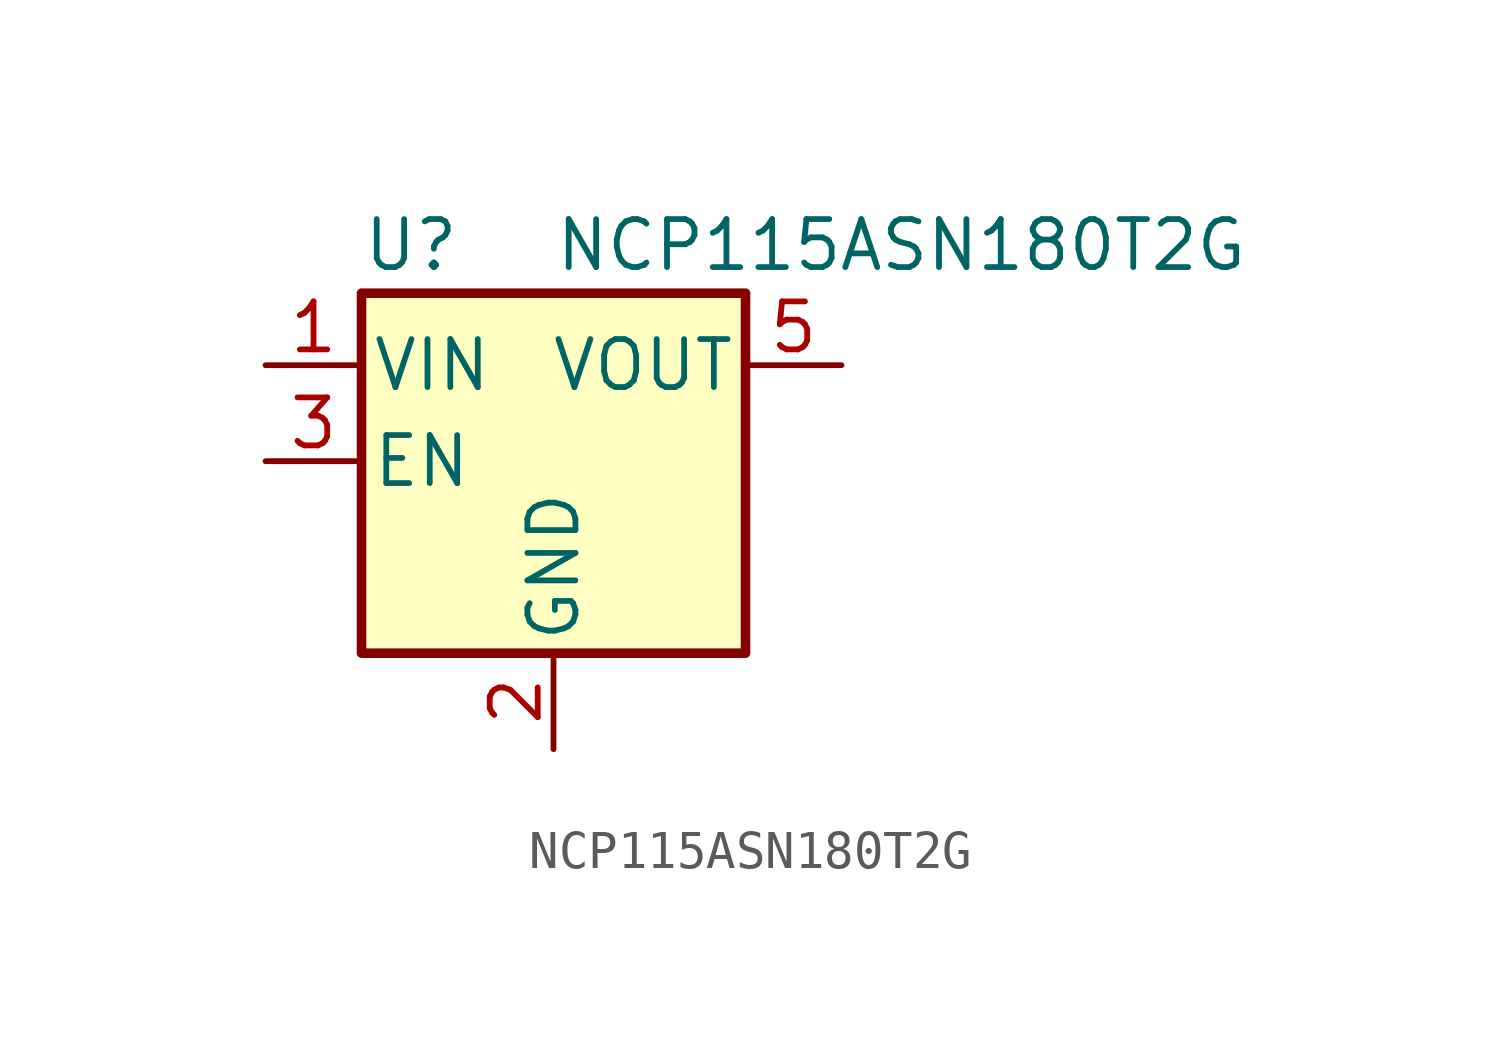
<source format=kicad_sym>
(kicad_symbol_lib
  (version 20211014)
  (generator kicad_symbol_editor)
  (symbol "NCP115ASN180T2G"
    (pin_names
      (offset 0.254))
    (property "Reference" "U"
      (at -5.08 5.715 0)
      (effects (font (size 1.27 1.27)) (justify left)))
    (property "Value" "NCP115ASN180T2G"
      (at 0 5.715 0)
      (effects (font (size 1.27 1.27)) (justify left)))
    (symbol "NCP115ASN180T2G_0_1"
      (rectangle (start -5.08 4.445) (end 5.08 -5.08) (stroke (width 0.254) (type default) (color 0 0 0 0)) (fill (type background))))
    (symbol "NCP115ASN180T2G_1_1"
      (pin power_in line (at -7.62 2.54 0) (length 2.54) (name "VIN" (effects (font (size 1.27 1.27)))) (number "1" (effects (font (size 1.27 1.27)))))
      (pin power_in line (at 0 -7.62 90) (length 2.54) (name "GND" (effects (font (size 1.27 1.27)))) (number "2" (effects (font (size 1.27 1.27)))))
      (pin input line (at -7.62 0 0) (length 2.54) (name "EN" (effects (font (size 1.27 1.27)))) (number "3" (effects (font (size 1.27 1.27)))))
      (pin no_connect line (at 5.08 0 180) (length 2.54) hide (name "NC" (effects (font (size 1.27 1.27)))) (number "4" (effects (font (size 1.27 1.27)))))
      (pin power_out line (at 7.62 2.54 180) (length 2.54) (name "VOUT" (effects (font (size 1.27 1.27)))) (number "5" (effects (font (size 1.27 1.27))))))))
</source>
